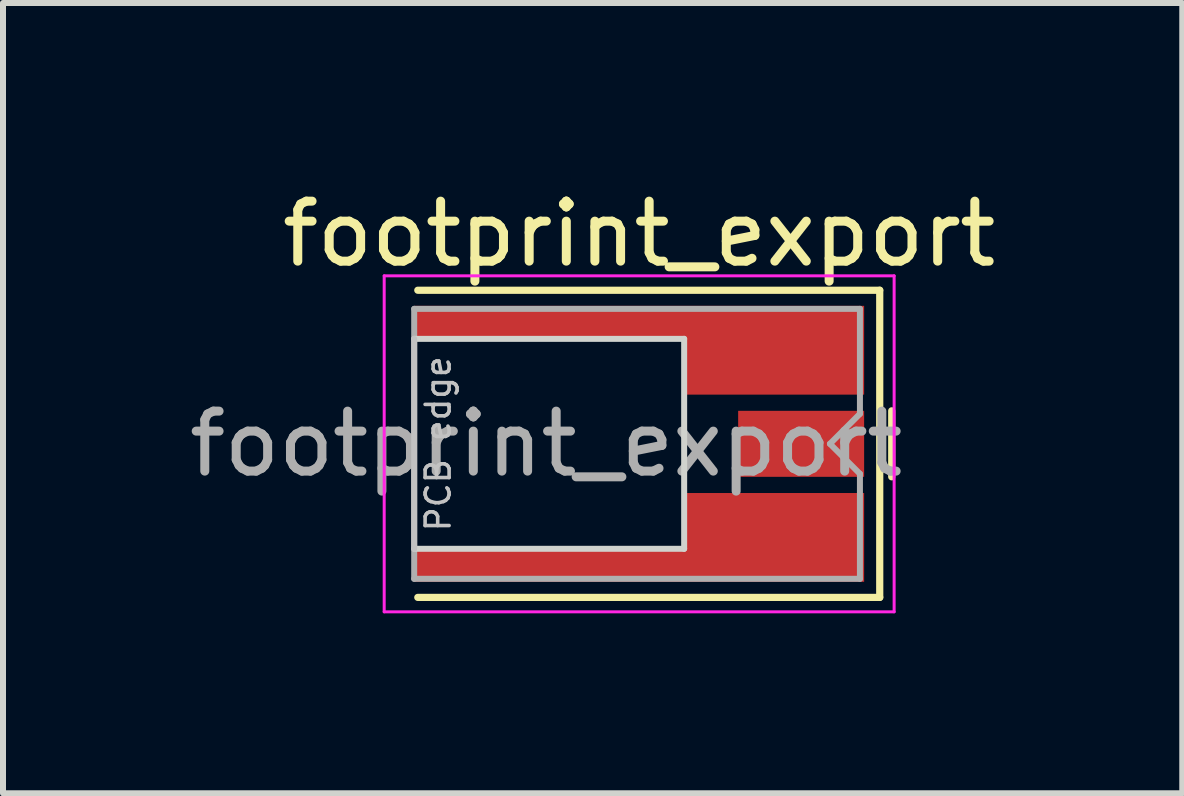
<source format=kicad_pcb>
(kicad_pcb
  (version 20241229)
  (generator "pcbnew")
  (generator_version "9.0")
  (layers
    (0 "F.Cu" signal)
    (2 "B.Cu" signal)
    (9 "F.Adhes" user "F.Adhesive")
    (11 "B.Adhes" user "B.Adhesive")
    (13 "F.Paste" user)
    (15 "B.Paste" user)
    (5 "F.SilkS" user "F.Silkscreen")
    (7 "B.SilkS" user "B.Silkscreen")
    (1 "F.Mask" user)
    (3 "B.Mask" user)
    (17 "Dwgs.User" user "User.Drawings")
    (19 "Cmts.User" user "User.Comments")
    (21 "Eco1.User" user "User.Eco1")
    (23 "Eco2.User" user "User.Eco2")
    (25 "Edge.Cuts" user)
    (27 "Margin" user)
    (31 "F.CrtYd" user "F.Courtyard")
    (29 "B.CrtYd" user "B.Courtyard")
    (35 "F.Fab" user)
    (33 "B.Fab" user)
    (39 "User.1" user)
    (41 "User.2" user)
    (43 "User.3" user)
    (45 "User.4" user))
  (footprint "footprint_export"
    (layer "F.Cu")
    (at 7.604 4.348)
    (property "Reference" "footprint_export" (at 0 -3.5 0) (layer "F.SilkS") (effects (font (size 1 1) (thickness 0.15))))
    (attr smd)
    (fp_line (start -3.69 -2.56) (end 4.01 -2.56) (stroke (width 0.12) (type solid)) (layer "F.SilkS"))
    (fp_line (start -3.69 2.56) (end 4.01 2.56) (stroke (width 0.12) (type solid)) (layer "F.SilkS"))
    (fp_line (start 4.01 2.56) (end 4.01 -2.56) (stroke (width 0.12) (type solid)) (layer "F.SilkS"))
    (fp_line (start 4.21 -0.55) (end 4.21 0.55) (stroke (width 0.12) (type solid)) (layer "F.SilkS"))
    (fp_line (start -3.75 1.75) (end -3.75 -1.75) (stroke (width 0.1) (type solid)) (layer "Dwgs.User"))
    (fp_line (start -3.75 1.75) (end 0.75 1.75) (stroke (width 0.1) (type solid)) (layer "Edge.Cuts"))
    (fp_line (start 0.75 -1.75) (end -3.75 -1.75) (stroke (width 0.1) (type solid)) (layer "Edge.Cuts"))
    (fp_line (start 0.75 1.75) (end 0.75 -1.75) (stroke (width 0.1) (type solid)) (layer "Edge.Cuts"))
    (fp_line (start -4.25 -2.8) (end -4.25 2.8) (stroke (width 0.05) (type solid)) (layer "F.CrtYd"))
    (fp_line (start -4.25 -2.8) (end 4.25 -2.8) (stroke (width 0.05) (type solid)) (layer "F.CrtYd"))
    (fp_line (start -4.25 2.8) (end 4.25 2.8) (stroke (width 0.05) (type solid)) (layer "F.CrtYd"))
    (fp_line (start 4.25 -2.8) (end 4.25 2.8) (stroke (width 0.05) (type solid)) (layer "F.CrtYd"))
    (fp_line (start -3.75 -2.25) (end -3.75 2.25) (stroke (width 0.1) (type solid)) (layer "F.Fab"))
    (fp_line (start -3.75 -2.25) (end 3.68 -2.25) (stroke (width 0.1) (type solid)) (layer "F.Fab"))
    (fp_line (start -3.75 2.25) (end 3.68 2.25) (stroke (width 0.1) (type solid)) (layer "F.Fab"))
    (fp_line (start 3.18 0) (end 3.68 -0.5) (stroke (width 0.1) (type solid)) (layer "F.Fab"))
    (fp_line (start 3.18 0) (end 3.68 0.5) (stroke (width 0.1) (type solid)) (layer "F.Fab"))
    (fp_line (start 3.68 -0.5) (end 3.68 -2.25) (stroke (width 0.1) (type solid)) (layer "F.Fab"))
    (fp_line (start 3.68 2.25) (end 3.68 0.5) (stroke (width 0.1) (type solid)) (layer "F.Fab"))
    (fp_text user "PCB edge" (at -3.35 0 90) (layer "Dwgs.User") (effects (font (size 0.4 0.4) (thickness 0.06))))
    (fp_text user "${REFERENCE}" (at -1.55 0 0) (layer "F.Fab") (effects (font (size 1 1) (thickness 0.15))))
    (pad "1" smd rect (at 2.7 0) (size 2.1 1.1) (layers "F.Cu" "F.Mask" "F.Paste"))
    (pad "2" smd custom (at 2.25 -1.56) (size 3 1.48) (layers "F.Cu" "F.Mask" "F.Paste") (options (anchor rect)) (primitives (gr_poly (pts (xy -1.5 -0.19) (xy -6 -0.19) (xy -6 -0.74) (xy -1.5 -0.74)) (width 0) (fill yes))))
    (pad "2" smd custom (at 2.25 1.56) (size 3 1.48) (layers "F.Cu" "F.Mask" "F.Paste") (options (anchor rect)) (primitives (gr_poly (pts (xy -1.5 0.74) (xy -6 0.74) (xy -6 0.19) (xy -1.5 0.19)) (width 0) (fill yes)))))
  (gr_rect
    (start -3 -3)
    (end 16.657 10.173)
    (stroke (width 0.1) (type default))
    (fill no)
    (layer "Edge.Cuts")))
</source>
